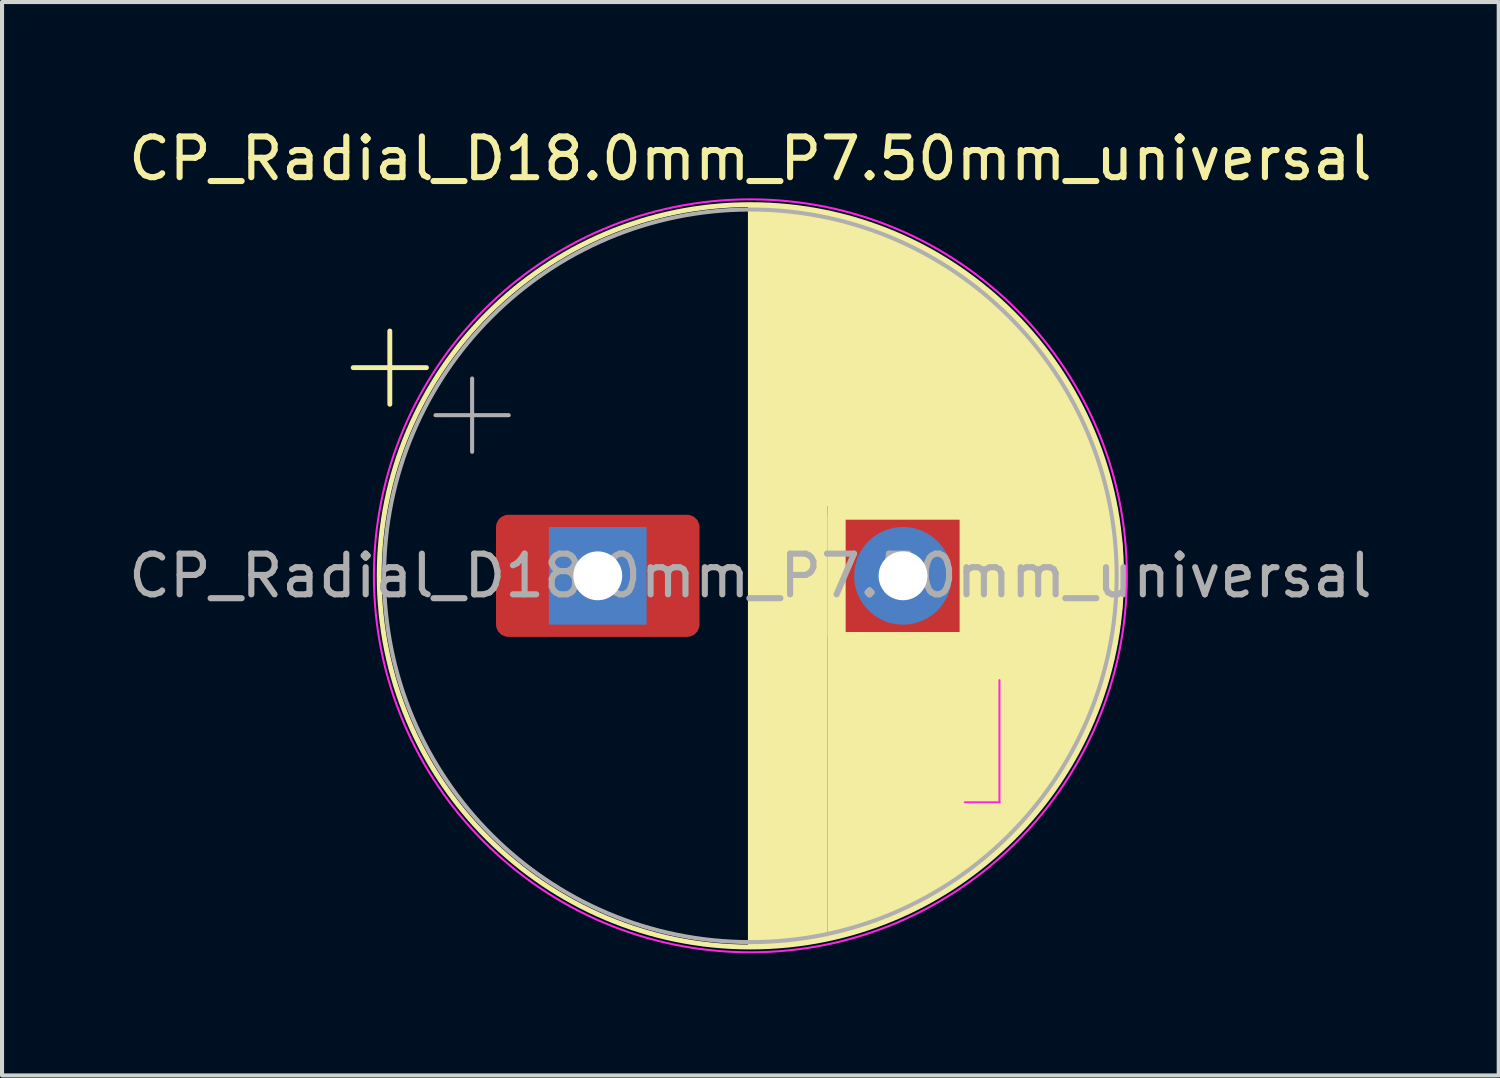
<source format=kicad_pcb>
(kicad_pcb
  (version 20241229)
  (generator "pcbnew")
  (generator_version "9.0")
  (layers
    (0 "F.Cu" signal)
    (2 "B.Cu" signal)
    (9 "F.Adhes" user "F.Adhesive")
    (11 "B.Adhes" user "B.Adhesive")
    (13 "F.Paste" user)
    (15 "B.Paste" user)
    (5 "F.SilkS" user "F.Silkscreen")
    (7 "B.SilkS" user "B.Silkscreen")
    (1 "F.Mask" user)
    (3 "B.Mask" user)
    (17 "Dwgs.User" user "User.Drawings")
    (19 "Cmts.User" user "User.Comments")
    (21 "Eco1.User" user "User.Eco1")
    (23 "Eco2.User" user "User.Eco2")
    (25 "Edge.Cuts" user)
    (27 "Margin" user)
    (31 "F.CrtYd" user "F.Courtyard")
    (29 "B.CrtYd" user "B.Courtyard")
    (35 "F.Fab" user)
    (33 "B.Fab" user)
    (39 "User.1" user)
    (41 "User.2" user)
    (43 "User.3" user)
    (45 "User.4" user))
  (footprint "CP_Radial_D18.0mm_P7.50mm_universal"
    (layer "F.Cu")
    (at 11.637 11.098)
    (property "Reference" "CP_Radial_D18.0mm_P7.50mm_universal" (at 3.75 -10.25 0) (layer "F.SilkS") (effects (font (size 1 1) (thickness 0.15))))
    (attr through_hole)
    (fp_line (start -6.009 -5.115) (end -4.209 -5.115) (stroke (width 0.12) (type solid)) (layer "F.SilkS"))
    (fp_line (start -5.109 -6.015) (end -5.109 -4.215) (stroke (width 0.12) (type solid)) (layer "F.SilkS"))
    (fp_line (start 3.75 -9.081) (end 3.75 9.081) (stroke (width 0.12) (type solid)) (layer "F.SilkS"))
    (fp_line (start 3.79 -9.08) (end 3.79 9.08) (stroke (width 0.12) (type solid)) (layer "F.SilkS"))
    (fp_line (start 3.83 -9.08) (end 3.83 9.08) (stroke (width 0.12) (type solid)) (layer "F.SilkS"))
    (fp_line (start 3.87 -9.08) (end 3.87 9.08) (stroke (width 0.12) (type solid)) (layer "F.SilkS"))
    (fp_line (start 3.91 -9.079) (end 3.91 9.079) (stroke (width 0.12) (type solid)) (layer "F.SilkS"))
    (fp_line (start 3.95 -9.078) (end 3.95 9.078) (stroke (width 0.12) (type solid)) (layer "F.SilkS"))
    (fp_line (start 3.99 -9.077) (end 3.99 9.077) (stroke (width 0.12) (type solid)) (layer "F.SilkS"))
    (fp_line (start 4.03 -9.076) (end 4.03 9.076) (stroke (width 0.12) (type solid)) (layer "F.SilkS"))
    (fp_line (start 4.07 -9.075) (end 4.07 9.075) (stroke (width 0.12) (type solid)) (layer "F.SilkS"))
    (fp_line (start 4.11 -9.073) (end 4.11 9.073) (stroke (width 0.12) (type solid)) (layer "F.SilkS"))
    (fp_line (start 4.15 -9.072) (end 4.15 9.072) (stroke (width 0.12) (type solid)) (layer "F.SilkS"))
    (fp_line (start 4.19 -9.07) (end 4.19 9.07) (stroke (width 0.12) (type solid)) (layer "F.SilkS"))
    (fp_line (start 4.23 -9.068) (end 4.23 9.068) (stroke (width 0.12) (type solid)) (layer "F.SilkS"))
    (fp_line (start 4.27 -9.066) (end 4.27 9.066) (stroke (width 0.12) (type solid)) (layer "F.SilkS"))
    (fp_line (start 4.31 -9.063) (end 4.31 9.063) (stroke (width 0.12) (type solid)) (layer "F.SilkS"))
    (fp_line (start 4.35 -9.061) (end 4.35 9.061) (stroke (width 0.12) (type solid)) (layer "F.SilkS"))
    (fp_line (start 4.39 -9.058) (end 4.39 9.058) (stroke (width 0.12) (type solid)) (layer "F.SilkS"))
    (fp_line (start 4.43 -9.055) (end 4.43 9.055) (stroke (width 0.12) (type solid)) (layer "F.SilkS"))
    (fp_line (start 4.471 -9.052) (end 4.471 9.052) (stroke (width 0.12) (type solid)) (layer "F.SilkS"))
    (fp_line (start 4.511 -9.049) (end 4.511 9.049) (stroke (width 0.12) (type solid)) (layer "F.SilkS"))
    (fp_line (start 4.551 -9.045) (end 4.551 9.045) (stroke (width 0.12) (type solid)) (layer "F.SilkS"))
    (fp_line (start 4.591 -9.042) (end 4.591 9.042) (stroke (width 0.12) (type solid)) (layer "F.SilkS"))
    (fp_line (start 4.631 -9.038) (end 4.631 9.038) (stroke (width 0.12) (type solid)) (layer "F.SilkS"))
    (fp_line (start 4.671 -9.034) (end 4.671 9.034) (stroke (width 0.12) (type solid)) (layer "F.SilkS"))
    (fp_line (start 4.711 -9.03) (end 4.711 9.03) (stroke (width 0.12) (type solid)) (layer "F.SilkS"))
    (fp_line (start 4.751 -9.026) (end 4.751 9.026) (stroke (width 0.12) (type solid)) (layer "F.SilkS"))
    (fp_line (start 4.791 -9.021) (end 4.791 9.021) (stroke (width 0.12) (type solid)) (layer "F.SilkS"))
    (fp_line (start 4.831 -9.016) (end 4.831 9.016) (stroke (width 0.12) (type solid)) (layer "F.SilkS"))
    (fp_line (start 4.871 -9.011) (end 4.871 9.011) (stroke (width 0.12) (type solid)) (layer "F.SilkS"))
    (fp_line (start 4.911 -9.006) (end 4.911 9.006) (stroke (width 0.12) (type solid)) (layer "F.SilkS"))
    (fp_line (start 4.951 -9.001) (end 4.951 9.001) (stroke (width 0.12) (type solid)) (layer "F.SilkS"))
    (fp_line (start 4.991 -8.996) (end 4.991 8.996) (stroke (width 0.12) (type solid)) (layer "F.SilkS"))
    (fp_line (start 5.031 -8.99) (end 5.031 8.99) (stroke (width 0.12) (type solid)) (layer "F.SilkS"))
    (fp_line (start 5.071 -8.984) (end 5.071 8.984) (stroke (width 0.12) (type solid)) (layer "F.SilkS"))
    (fp_line (start 5.111 -8.979) (end 5.111 8.979) (stroke (width 0.12) (type solid)) (layer "F.SilkS"))
    (fp_line (start 5.151 -8.972) (end 5.151 8.972) (stroke (width 0.12) (type solid)) (layer "F.SilkS"))
    (fp_line (start 5.191 -8.966) (end 5.191 8.966) (stroke (width 0.12) (type solid)) (layer "F.SilkS"))
    (fp_line (start 5.231 -8.96) (end 5.231 8.96) (stroke (width 0.12) (type solid)) (layer "F.SilkS"))
    (fp_line (start 5.271 -8.953) (end 5.271 8.953) (stroke (width 0.12) (type solid)) (layer "F.SilkS"))
    (fp_line (start 5.311 -8.946) (end 5.311 8.946) (stroke (width 0.12) (type solid)) (layer "F.SilkS"))
    (fp_line (start 5.351 -8.939) (end 5.351 8.939) (stroke (width 0.12) (type solid)) (layer "F.SilkS"))
    (fp_line (start 5.391 -8.932) (end 5.391 8.932) (stroke (width 0.12) (type solid)) (layer "F.SilkS"))
    (fp_line (start 5.431 -8.924) (end 5.431 8.924) (stroke (width 0.12) (type solid)) (layer "F.SilkS"))
    (fp_line (start 5.471 -8.917) (end 5.471 8.917) (stroke (width 0.12) (type solid)) (layer "F.SilkS"))
    (fp_line (start 5.511 -8.909) (end 5.511 -1.587) (stroke (width 0.12) (type solid)) (layer "F.SilkS"))
    (fp_line (start 5.551 -8.901) (end 5.551 8.901) (stroke (width 0.12) (type solid)) (layer "F.SilkS"))
    (fp_line (start 5.591 -8.893) (end 5.591 8.893) (stroke (width 0.12) (type solid)) (layer "F.SilkS"))
    (fp_line (start 5.631 -8.885) (end 5.631 -1.778) (stroke (width 0.12) (type solid)) (layer "F.SilkS"))
    (fp_line (start 5.671 -8.876) (end 5.671 -1.778) (stroke (width 0.12) (type solid)) (layer "F.SilkS"))
    (fp_line (start 5.711 -8.867) (end 5.711 8.867) (stroke (width 0.12) (type solid)) (layer "F.SilkS"))
    (fp_line (start 5.751 -8.858) (end 5.751 8.858) (stroke (width 0.12) (type solid)) (layer "F.SilkS"))
    (fp_line (start 5.791 -8.849) (end 5.791 8.849) (stroke (width 0.12) (type solid)) (layer "F.SilkS"))
    (fp_line (start 5.831 -8.84) (end 5.831 8.84) (stroke (width 0.12) (type solid)) (layer "F.SilkS"))
    (fp_line (start 5.871 -8.831) (end 5.871 8.831) (stroke (width 0.12) (type solid)) (layer "F.SilkS"))
    (fp_line (start 5.911 -8.821) (end 5.911 8.821) (stroke (width 0.12) (type solid)) (layer "F.SilkS"))
    (fp_line (start 5.951 -8.811) (end 5.951 8.811) (stroke (width 0.12) (type solid)) (layer "F.SilkS"))
    (fp_line (start 5.991 -8.801) (end 5.991 8.801) (stroke (width 0.12) (type solid)) (layer "F.SilkS"))
    (fp_line (start 6.031 -8.791) (end 6.031 8.791) (stroke (width 0.12) (type solid)) (layer "F.SilkS"))
    (fp_line (start 6.071 -8.78) (end 6.071 -1.44) (stroke (width 0.12) (type solid)) (layer "F.SilkS"))
    (fp_line (start 6.071 1.44) (end 6.071 8.78) (stroke (width 0.12) (type solid)) (layer "F.SilkS"))
    (fp_line (start 6.111 -8.77) (end 6.111 -1.44) (stroke (width 0.12) (type solid)) (layer "F.SilkS"))
    (fp_line (start 6.111 1.44) (end 6.111 8.77) (stroke (width 0.12) (type solid)) (layer "F.SilkS"))
    (fp_line (start 6.151 -8.759) (end 6.151 -1.44) (stroke (width 0.12) (type solid)) (layer "F.SilkS"))
    (fp_line (start 6.151 1.44) (end 6.151 8.759) (stroke (width 0.12) (type solid)) (layer "F.SilkS"))
    (fp_line (start 6.191 -8.748) (end 6.191 -1.44) (stroke (width 0.12) (type solid)) (layer "F.SilkS"))
    (fp_line (start 6.191 1.44) (end 6.191 8.748) (stroke (width 0.12) (type solid)) (layer "F.SilkS"))
    (fp_line (start 6.231 -8.737) (end 6.231 -1.44) (stroke (width 0.12) (type solid)) (layer "F.SilkS"))
    (fp_line (start 6.231 1.44) (end 6.231 8.737) (stroke (width 0.12) (type solid)) (layer "F.SilkS"))
    (fp_line (start 6.271 -8.725) (end 6.271 -1.44) (stroke (width 0.12) (type solid)) (layer "F.SilkS"))
    (fp_line (start 6.271 1.44) (end 6.271 8.725) (stroke (width 0.12) (type solid)) (layer "F.SilkS"))
    (fp_line (start 6.311 -8.714) (end 6.311 -1.44) (stroke (width 0.12) (type solid)) (layer "F.SilkS"))
    (fp_line (start 6.311 1.44) (end 6.311 8.714) (stroke (width 0.12) (type solid)) (layer "F.SilkS"))
    (fp_line (start 6.351 -8.702) (end 6.351 -1.44) (stroke (width 0.12) (type solid)) (layer "F.SilkS"))
    (fp_line (start 6.351 1.44) (end 6.351 8.702) (stroke (width 0.12) (type solid)) (layer "F.SilkS"))
    (fp_line (start 6.391 -8.69) (end 6.391 -1.44) (stroke (width 0.12) (type solid)) (layer "F.SilkS"))
    (fp_line (start 6.391 1.44) (end 6.391 8.69) (stroke (width 0.12) (type solid)) (layer "F.SilkS"))
    (fp_line (start 6.431 -8.678) (end 6.431 -1.44) (stroke (width 0.12) (type solid)) (layer "F.SilkS"))
    (fp_line (start 6.431 1.44) (end 6.431 8.678) (stroke (width 0.12) (type solid)) (layer "F.SilkS"))
    (fp_line (start 6.471 -8.665) (end 6.471 -1.44) (stroke (width 0.12) (type solid)) (layer "F.SilkS"))
    (fp_line (start 6.471 1.44) (end 6.471 8.665) (stroke (width 0.12) (type solid)) (layer "F.SilkS"))
    (fp_line (start 6.511 -8.653) (end 6.511 -1.44) (stroke (width 0.12) (type solid)) (layer "F.SilkS"))
    (fp_line (start 6.511 1.44) (end 6.511 8.653) (stroke (width 0.12) (type solid)) (layer "F.SilkS"))
    (fp_line (start 6.551 -8.64) (end 6.551 -1.44) (stroke (width 0.12) (type solid)) (layer "F.SilkS"))
    (fp_line (start 6.551 1.44) (end 6.551 8.64) (stroke (width 0.12) (type solid)) (layer "F.SilkS"))
    (fp_line (start 6.591 -8.627) (end 6.591 -1.44) (stroke (width 0.12) (type solid)) (layer "F.SilkS"))
    (fp_line (start 6.591 1.44) (end 6.591 8.627) (stroke (width 0.12) (type solid)) (layer "F.SilkS"))
    (fp_line (start 6.631 -8.614) (end 6.631 -1.44) (stroke (width 0.12) (type solid)) (layer "F.SilkS"))
    (fp_line (start 6.631 1.44) (end 6.631 8.614) (stroke (width 0.12) (type solid)) (layer "F.SilkS"))
    (fp_line (start 6.671 -8.6) (end 6.671 -1.44) (stroke (width 0.12) (type solid)) (layer "F.SilkS"))
    (fp_line (start 6.671 1.44) (end 6.671 8.6) (stroke (width 0.12) (type solid)) (layer "F.SilkS"))
    (fp_line (start 6.711 -8.587) (end 6.711 -1.44) (stroke (width 0.12) (type solid)) (layer "F.SilkS"))
    (fp_line (start 6.711 1.44) (end 6.711 8.587) (stroke (width 0.12) (type solid)) (layer "F.SilkS"))
    (fp_line (start 6.751 -8.573) (end 6.751 -1.44) (stroke (width 0.12) (type solid)) (layer "F.SilkS"))
    (fp_line (start 6.751 1.44) (end 6.751 8.573) (stroke (width 0.12) (type solid)) (layer "F.SilkS"))
    (fp_line (start 6.791 -8.559) (end 6.791 -1.44) (stroke (width 0.12) (type solid)) (layer "F.SilkS"))
    (fp_line (start 6.791 1.44) (end 6.791 8.559) (stroke (width 0.12) (type solid)) (layer "F.SilkS"))
    (fp_line (start 6.831 -8.545) (end 6.831 -1.44) (stroke (width 0.12) (type solid)) (layer "F.SilkS"))
    (fp_line (start 6.831 1.44) (end 6.831 8.545) (stroke (width 0.12) (type solid)) (layer "F.SilkS"))
    (fp_line (start 6.871 -8.53) (end 6.871 -1.44) (stroke (width 0.12) (type solid)) (layer "F.SilkS"))
    (fp_line (start 6.871 1.44) (end 6.871 8.53) (stroke (width 0.12) (type solid)) (layer "F.SilkS"))
    (fp_line (start 6.911 -8.516) (end 6.911 -1.44) (stroke (width 0.12) (type solid)) (layer "F.SilkS"))
    (fp_line (start 6.911 1.44) (end 6.911 8.516) (stroke (width 0.12) (type solid)) (layer "F.SilkS"))
    (fp_line (start 6.951 -8.501) (end 6.951 -1.44) (stroke (width 0.12) (type solid)) (layer "F.SilkS"))
    (fp_line (start 6.951 1.44) (end 6.951 8.501) (stroke (width 0.12) (type solid)) (layer "F.SilkS"))
    (fp_line (start 6.991 -8.486) (end 6.991 -1.44) (stroke (width 0.12) (type solid)) (layer "F.SilkS"))
    (fp_line (start 6.991 1.44) (end 6.991 8.486) (stroke (width 0.12) (type solid)) (layer "F.SilkS"))
    (fp_line (start 7.031 -8.47) (end 7.031 -1.44) (stroke (width 0.12) (type solid)) (layer "F.SilkS"))
    (fp_line (start 7.031 1.44) (end 7.031 8.47) (stroke (width 0.12) (type solid)) (layer "F.SilkS"))
    (fp_line (start 7.071 -8.455) (end 7.071 -1.44) (stroke (width 0.12) (type solid)) (layer "F.SilkS"))
    (fp_line (start 7.071 1.44) (end 7.071 8.455) (stroke (width 0.12) (type solid)) (layer "F.SilkS"))
    (fp_line (start 7.111 -8.439) (end 7.111 -1.44) (stroke (width 0.12) (type solid)) (layer "F.SilkS"))
    (fp_line (start 7.111 1.44) (end 7.111 8.439) (stroke (width 0.12) (type solid)) (layer "F.SilkS"))
    (fp_line (start 7.151 -8.423) (end 7.151 -1.44) (stroke (width 0.12) (type solid)) (layer "F.SilkS"))
    (fp_line (start 7.151 1.44) (end 7.151 8.423) (stroke (width 0.12) (type solid)) (layer "F.SilkS"))
    (fp_line (start 7.191 -8.407) (end 7.191 -1.44) (stroke (width 0.12) (type solid)) (layer "F.SilkS"))
    (fp_line (start 7.191 1.44) (end 7.191 8.407) (stroke (width 0.12) (type solid)) (layer "F.SilkS"))
    (fp_line (start 7.231 -8.39) (end 7.231 -1.44) (stroke (width 0.12) (type solid)) (layer "F.SilkS"))
    (fp_line (start 7.231 1.44) (end 7.231 8.39) (stroke (width 0.12) (type solid)) (layer "F.SilkS"))
    (fp_line (start 7.271 -8.374) (end 7.271 -1.44) (stroke (width 0.12) (type solid)) (layer "F.SilkS"))
    (fp_line (start 7.271 1.44) (end 7.271 8.374) (stroke (width 0.12) (type solid)) (layer "F.SilkS"))
    (fp_line (start 7.311 -8.357) (end 7.311 -1.44) (stroke (width 0.12) (type solid)) (layer "F.SilkS"))
    (fp_line (start 7.311 1.44) (end 7.311 8.357) (stroke (width 0.12) (type solid)) (layer "F.SilkS"))
    (fp_line (start 7.351 -8.34) (end 7.351 -1.44) (stroke (width 0.12) (type solid)) (layer "F.SilkS"))
    (fp_line (start 7.351 1.44) (end 7.351 8.34) (stroke (width 0.12) (type solid)) (layer "F.SilkS"))
    (fp_line (start 7.391 -8.323) (end 7.391 -1.44) (stroke (width 0.12) (type solid)) (layer "F.SilkS"))
    (fp_line (start 7.391 1.44) (end 7.391 8.323) (stroke (width 0.12) (type solid)) (layer "F.SilkS"))
    (fp_line (start 7.431 -8.305) (end 7.431 -1.44) (stroke (width 0.12) (type solid)) (layer "F.SilkS"))
    (fp_line (start 7.431 1.44) (end 7.431 8.305) (stroke (width 0.12) (type solid)) (layer "F.SilkS"))
    (fp_line (start 7.471 -8.287) (end 7.471 -1.44) (stroke (width 0.12) (type solid)) (layer "F.SilkS"))
    (fp_line (start 7.471 1.44) (end 7.471 8.287) (stroke (width 0.12) (type solid)) (layer "F.SilkS"))
    (fp_line (start 7.511 -8.269) (end 7.511 -1.44) (stroke (width 0.12) (type solid)) (layer "F.SilkS"))
    (fp_line (start 7.511 1.44) (end 7.511 8.269) (stroke (width 0.12) (type solid)) (layer "F.SilkS"))
    (fp_line (start 7.551 -8.251) (end 7.551 -1.44) (stroke (width 0.12) (type solid)) (layer "F.SilkS"))
    (fp_line (start 7.551 1.44) (end 7.551 8.251) (stroke (width 0.12) (type solid)) (layer "F.SilkS"))
    (fp_line (start 7.591 -8.233) (end 7.591 -1.44) (stroke (width 0.12) (type solid)) (layer "F.SilkS"))
    (fp_line (start 7.591 1.44) (end 7.591 8.233) (stroke (width 0.12) (type solid)) (layer "F.SilkS"))
    (fp_line (start 7.631 -8.214) (end 7.631 -1.44) (stroke (width 0.12) (type solid)) (layer "F.SilkS"))
    (fp_line (start 7.631 1.44) (end 7.631 8.214) (stroke (width 0.12) (type solid)) (layer "F.SilkS"))
    (fp_line (start 7.671 -8.195) (end 7.671 -1.44) (stroke (width 0.12) (type solid)) (layer "F.SilkS"))
    (fp_line (start 7.671 1.44) (end 7.671 8.195) (stroke (width 0.12) (type solid)) (layer "F.SilkS"))
    (fp_line (start 7.711 -8.176) (end 7.711 -1.44) (stroke (width 0.12) (type solid)) (layer "F.SilkS"))
    (fp_line (start 7.711 1.44) (end 7.711 8.176) (stroke (width 0.12) (type solid)) (layer "F.SilkS"))
    (fp_line (start 7.751 -8.156) (end 7.751 -1.44) (stroke (width 0.12) (type solid)) (layer "F.SilkS"))
    (fp_line (start 7.751 1.44) (end 7.751 8.156) (stroke (width 0.12) (type solid)) (layer "F.SilkS"))
    (fp_line (start 7.791 -8.137) (end 7.791 -1.44) (stroke (width 0.12) (type solid)) (layer "F.SilkS"))
    (fp_line (start 7.791 1.44) (end 7.791 8.137) (stroke (width 0.12) (type solid)) (layer "F.SilkS"))
    (fp_line (start 7.831 -8.117) (end 7.831 -1.44) (stroke (width 0.12) (type solid)) (layer "F.SilkS"))
    (fp_line (start 7.831 1.44) (end 7.831 8.117) (stroke (width 0.12) (type solid)) (layer "F.SilkS"))
    (fp_line (start 7.871 -8.097) (end 7.871 -1.44) (stroke (width 0.12) (type solid)) (layer "F.SilkS"))
    (fp_line (start 7.871 1.44) (end 7.871 8.097) (stroke (width 0.12) (type solid)) (layer "F.SilkS"))
    (fp_line (start 7.911 -8.076) (end 7.911 -1.44) (stroke (width 0.12) (type solid)) (layer "F.SilkS"))
    (fp_line (start 7.911 1.44) (end 7.911 8.076) (stroke (width 0.12) (type solid)) (layer "F.SilkS"))
    (fp_line (start 7.951 -8.056) (end 7.951 -1.44) (stroke (width 0.12) (type solid)) (layer "F.SilkS"))
    (fp_line (start 7.951 1.44) (end 7.951 8.056) (stroke (width 0.12) (type solid)) (layer "F.SilkS"))
    (fp_line (start 7.991 -8.035) (end 7.991 -1.44) (stroke (width 0.12) (type solid)) (layer "F.SilkS"))
    (fp_line (start 7.991 1.44) (end 7.991 8.035) (stroke (width 0.12) (type solid)) (layer "F.SilkS"))
    (fp_line (start 8.031 -8.014) (end 8.031 -1.44) (stroke (width 0.12) (type solid)) (layer "F.SilkS"))
    (fp_line (start 8.031 1.44) (end 8.031 8.014) (stroke (width 0.12) (type solid)) (layer "F.SilkS"))
    (fp_line (start 8.071 -7.992) (end 8.071 -1.44) (stroke (width 0.12) (type solid)) (layer "F.SilkS"))
    (fp_line (start 8.071 1.44) (end 8.071 7.992) (stroke (width 0.12) (type solid)) (layer "F.SilkS"))
    (fp_line (start 8.111 -7.971) (end 8.111 -1.44) (stroke (width 0.12) (type solid)) (layer "F.SilkS"))
    (fp_line (start 8.111 1.44) (end 8.111 7.971) (stroke (width 0.12) (type solid)) (layer "F.SilkS"))
    (fp_line (start 8.151 -7.949) (end 8.151 -1.44) (stroke (width 0.12) (type solid)) (layer "F.SilkS"))
    (fp_line (start 8.151 1.44) (end 8.151 7.949) (stroke (width 0.12) (type solid)) (layer "F.SilkS"))
    (fp_line (start 8.191 -7.927) (end 8.191 -1.44) (stroke (width 0.12) (type solid)) (layer "F.SilkS"))
    (fp_line (start 8.191 1.44) (end 8.191 7.927) (stroke (width 0.12) (type solid)) (layer "F.SilkS"))
    (fp_line (start 8.231 -7.904) (end 8.231 -1.44) (stroke (width 0.12) (type solid)) (layer "F.SilkS"))
    (fp_line (start 8.231 1.44) (end 8.231 7.904) (stroke (width 0.12) (type solid)) (layer "F.SilkS"))
    (fp_line (start 8.271 -7.882) (end 8.271 -1.44) (stroke (width 0.12) (type solid)) (layer "F.SilkS"))
    (fp_line (start 8.271 1.44) (end 8.271 7.882) (stroke (width 0.12) (type solid)) (layer "F.SilkS"))
    (fp_line (start 8.311 -7.859) (end 8.311 -1.44) (stroke (width 0.12) (type solid)) (layer "F.SilkS"))
    (fp_line (start 8.311 1.44) (end 8.311 7.859) (stroke (width 0.12) (type solid)) (layer "F.SilkS"))
    (fp_line (start 8.351 -7.835) (end 8.351 -1.44) (stroke (width 0.12) (type solid)) (layer "F.SilkS"))
    (fp_line (start 8.351 1.44) (end 8.351 7.835) (stroke (width 0.12) (type solid)) (layer "F.SilkS"))
    (fp_line (start 8.391 -7.812) (end 8.391 -1.44) (stroke (width 0.12) (type solid)) (layer "F.SilkS"))
    (fp_line (start 8.391 1.44) (end 8.391 7.812) (stroke (width 0.12) (type solid)) (layer "F.SilkS"))
    (fp_line (start 8.431 -7.788) (end 8.431 -1.44) (stroke (width 0.12) (type solid)) (layer "F.SilkS"))
    (fp_line (start 8.431 1.44) (end 8.431 7.788) (stroke (width 0.12) (type solid)) (layer "F.SilkS"))
    (fp_line (start 8.471 -7.764) (end 8.471 -1.44) (stroke (width 0.12) (type solid)) (layer "F.SilkS"))
    (fp_line (start 8.471 1.44) (end 8.471 7.764) (stroke (width 0.12) (type solid)) (layer "F.SilkS"))
    (fp_line (start 8.511 -7.74) (end 8.511 -1.44) (stroke (width 0.12) (type solid)) (layer "F.SilkS"))
    (fp_line (start 8.511 1.44) (end 8.511 7.74) (stroke (width 0.12) (type solid)) (layer "F.SilkS"))
    (fp_line (start 8.551 -7.715) (end 8.551 -1.44) (stroke (width 0.12) (type solid)) (layer "F.SilkS"))
    (fp_line (start 8.551 1.44) (end 8.551 7.715) (stroke (width 0.12) (type solid)) (layer "F.SilkS"))
    (fp_line (start 8.591 -7.69) (end 8.591 -1.44) (stroke (width 0.12) (type solid)) (layer "F.SilkS"))
    (fp_line (start 8.591 1.44) (end 8.591 7.69) (stroke (width 0.12) (type solid)) (layer "F.SilkS"))
    (fp_line (start 8.631 -7.665) (end 8.631 -1.44) (stroke (width 0.12) (type solid)) (layer "F.SilkS"))
    (fp_line (start 8.631 1.44) (end 8.631 7.665) (stroke (width 0.12) (type solid)) (layer "F.SilkS"))
    (fp_line (start 8.671 -7.64) (end 8.671 -1.44) (stroke (width 0.12) (type solid)) (layer "F.SilkS"))
    (fp_line (start 8.671 1.44) (end 8.671 7.64) (stroke (width 0.12) (type solid)) (layer "F.SilkS"))
    (fp_line (start 8.711 -7.614) (end 8.711 -1.44) (stroke (width 0.12) (type solid)) (layer "F.SilkS"))
    (fp_line (start 8.711 1.44) (end 8.711 7.614) (stroke (width 0.12) (type solid)) (layer "F.SilkS"))
    (fp_line (start 8.751 -7.588) (end 8.751 -1.44) (stroke (width 0.12) (type solid)) (layer "F.SilkS"))
    (fp_line (start 8.751 1.44) (end 8.751 7.588) (stroke (width 0.12) (type solid)) (layer "F.SilkS"))
    (fp_line (start 8.791 -7.561) (end 8.791 -1.44) (stroke (width 0.12) (type solid)) (layer "F.SilkS"))
    (fp_line (start 8.791 1.44) (end 8.791 7.561) (stroke (width 0.12) (type solid)) (layer "F.SilkS"))
    (fp_line (start 8.831 -7.535) (end 8.831 -1.44) (stroke (width 0.12) (type solid)) (layer "F.SilkS"))
    (fp_line (start 8.831 1.44) (end 8.831 7.535) (stroke (width 0.12) (type solid)) (layer "F.SilkS"))
    (fp_line (start 8.871 -7.508) (end 8.871 -1.44) (stroke (width 0.12) (type solid)) (layer "F.SilkS"))
    (fp_line (start 8.871 1.44) (end 8.871 7.508) (stroke (width 0.12) (type solid)) (layer "F.SilkS"))
    (fp_line (start 8.911 -7.48) (end 8.911 -1.44) (stroke (width 0.12) (type solid)) (layer "F.SilkS"))
    (fp_line (start 8.911 1.44) (end 8.911 7.48) (stroke (width 0.12) (type solid)) (layer "F.SilkS"))
    (fp_line (start 8.951 -7.453) (end 8.951 7.453) (stroke (width 0.12) (type solid)) (layer "F.SilkS"))
    (fp_line (start 8.991 -7.425) (end 8.991 7.425) (stroke (width 0.12) (type solid)) (layer "F.SilkS"))
    (fp_line (start 9.031 -7.397) (end 9.031 7.397) (stroke (width 0.12) (type solid)) (layer "F.SilkS"))
    (fp_line (start 9.071 -7.368) (end 9.071 7.368) (stroke (width 0.12) (type solid)) (layer "F.SilkS"))
    (fp_line (start 9.111 -7.339) (end 9.111 7.339) (stroke (width 0.12) (type solid)) (layer "F.SilkS"))
    (fp_line (start 9.151 -7.31) (end 9.151 7.31) (stroke (width 0.12) (type solid)) (layer "F.SilkS"))
    (fp_line (start 9.191 -7.28) (end 9.191 7.28) (stroke (width 0.12) (type solid)) (layer "F.SilkS"))
    (fp_line (start 9.231 -7.25) (end 9.231 7.25) (stroke (width 0.12) (type solid)) (layer "F.SilkS"))
    (fp_line (start 9.271 1.587) (end 9.271 7.22) (stroke (width 0.12) (type solid)) (layer "F.SilkS"))
    (fp_line (start 9.311 -7.19) (end 9.311 7.19) (stroke (width 0.12) (type solid)) (layer "F.SilkS"))
    (fp_line (start 9.351 -7.159) (end 9.351 7.159) (stroke (width 0.12) (type solid)) (layer "F.SilkS"))
    (fp_line (start 9.391 -7.127) (end 9.391 7.127) (stroke (width 0.12) (type solid)) (layer "F.SilkS"))
    (fp_line (start 9.431 -7.096) (end 9.431 7.096) (stroke (width 0.12) (type solid)) (layer "F.SilkS"))
    (fp_line (start 9.471 -7.064) (end 9.471 7.064) (stroke (width 0.12) (type solid)) (layer "F.SilkS"))
    (fp_line (start 9.511 -7.031) (end 9.511 7.031) (stroke (width 0.12) (type solid)) (layer "F.SilkS"))
    (fp_line (start 9.551 -6.999) (end 9.551 6.999) (stroke (width 0.12) (type solid)) (layer "F.SilkS"))
    (fp_line (start 9.591 -6.965) (end 9.591 6.965) (stroke (width 0.12) (type solid)) (layer "F.SilkS"))
    (fp_line (start 9.631 -6.932) (end 9.631 6.932) (stroke (width 0.12) (type solid)) (layer "F.SilkS"))
    (fp_line (start 9.671 -6.898) (end 9.671 6.898) (stroke (width 0.12) (type solid)) (layer "F.SilkS"))
    (fp_line (start 9.711 -6.864) (end 9.711 6.864) (stroke (width 0.12) (type solid)) (layer "F.SilkS"))
    (fp_line (start 9.751 -6.829) (end 9.751 6.829) (stroke (width 0.12) (type solid)) (layer "F.SilkS"))
    (fp_line (start 9.791 -6.794) (end 9.791 6.794) (stroke (width 0.12) (type solid)) (layer "F.SilkS"))
    (fp_line (start 9.831 -6.758) (end 9.831 6.758) (stroke (width 0.12) (type solid)) (layer "F.SilkS"))
    (fp_line (start 9.871 -6.722) (end 9.871 6.722) (stroke (width 0.12) (type solid)) (layer "F.SilkS"))
    (fp_line (start 9.911 -6.686) (end 9.911 6.686) (stroke (width 0.12) (type solid)) (layer "F.SilkS"))
    (fp_line (start 9.951 -6.649) (end 9.951 6.649) (stroke (width 0.12) (type solid)) (layer "F.SilkS"))
    (fp_line (start 9.991 -6.612) (end 9.991 6.612) (stroke (width 0.12) (type solid)) (layer "F.SilkS"))
    (fp_line (start 10.031 -6.574) (end 10.031 6.574) (stroke (width 0.12) (type solid)) (layer "F.SilkS"))
    (fp_line (start 10.071 -6.536) (end 10.071 6.536) (stroke (width 0.12) (type solid)) (layer "F.SilkS"))
    (fp_line (start 10.111 -6.497) (end 10.111 6.497) (stroke (width 0.12) (type solid)) (layer "F.SilkS"))
    (fp_line (start 10.151 -6.458) (end 10.151 6.458) (stroke (width 0.12) (type solid)) (layer "F.SilkS"))
    (fp_line (start 10.191 -6.418) (end 10.191 6.418) (stroke (width 0.12) (type solid)) (layer "F.SilkS"))
    (fp_line (start 10.231 -6.378) (end 10.231 6.378) (stroke (width 0.12) (type solid)) (layer "F.SilkS"))
    (fp_line (start 10.271 -6.337) (end 10.271 6.337) (stroke (width 0.12) (type solid)) (layer "F.SilkS"))
    (fp_line (start 10.311 -6.296) (end 10.311 6.296) (stroke (width 0.12) (type solid)) (layer "F.SilkS"))
    (fp_line (start 10.351 -6.254) (end 10.351 6.254) (stroke (width 0.12) (type solid)) (layer "F.SilkS"))
    (fp_line (start 10.391 -6.212) (end 10.391 6.212) (stroke (width 0.12) (type solid)) (layer "F.SilkS"))
    (fp_line (start 10.431 -6.17) (end 10.431 6.17) (stroke (width 0.12) (type solid)) (layer "F.SilkS"))
    (fp_line (start 10.471 -6.126) (end 10.471 6.126) (stroke (width 0.12) (type solid)) (layer "F.SilkS"))
    (fp_line (start 10.511 -6.082) (end 10.511 6.082) (stroke (width 0.12) (type solid)) (layer "F.SilkS"))
    (fp_line (start 10.551 -6.038) (end 10.551 6.038) (stroke (width 0.12) (type solid)) (layer "F.SilkS"))
    (fp_line (start 10.591 -5.993) (end 10.591 5.993) (stroke (width 0.12) (type solid)) (layer "F.SilkS"))
    (fp_line (start 10.631 -5.947) (end 10.631 5.947) (stroke (width 0.12) (type solid)) (layer "F.SilkS"))
    (fp_line (start 10.671 -5.901) (end 10.671 5.901) (stroke (width 0.12) (type solid)) (layer "F.SilkS"))
    (fp_line (start 10.711 -5.854) (end 10.711 5.854) (stroke (width 0.12) (type solid)) (layer "F.SilkS"))
    (fp_line (start 10.751 -5.806) (end 10.751 5.806) (stroke (width 0.12) (type solid)) (layer "F.SilkS"))
    (fp_line (start 10.791 -5.758) (end 10.791 5.758) (stroke (width 0.12) (type solid)) (layer "F.SilkS"))
    (fp_line (start 10.831 -5.709) (end 10.831 5.709) (stroke (width 0.12) (type solid)) (layer "F.SilkS"))
    (fp_line (start 10.871 -5.66) (end 10.871 5.66) (stroke (width 0.12) (type solid)) (layer "F.SilkS"))
    (fp_line (start 10.911 -5.609) (end 10.911 5.609) (stroke (width 0.12) (type solid)) (layer "F.SilkS"))
    (fp_line (start 10.951 -5.558) (end 10.951 5.558) (stroke (width 0.12) (type solid)) (layer "F.SilkS"))
    (fp_line (start 10.991 -5.506) (end 10.991 5.506) (stroke (width 0.12) (type solid)) (layer "F.SilkS"))
    (fp_line (start 11.031 -5.454) (end 11.031 5.454) (stroke (width 0.12) (type solid)) (layer "F.SilkS"))
    (fp_line (start 11.071 -5.4) (end 11.071 5.4) (stroke (width 0.12) (type solid)) (layer "F.SilkS"))
    (fp_line (start 11.111 -5.346) (end 11.111 5.346) (stroke (width 0.12) (type solid)) (layer "F.SilkS"))
    (fp_line (start 11.151 -5.291) (end 11.151 5.291) (stroke (width 0.12) (type solid)) (layer "F.SilkS"))
    (fp_line (start 11.191 -5.235) (end 11.191 5.235) (stroke (width 0.12) (type solid)) (layer "F.SilkS"))
    (fp_line (start 11.231 -5.178) (end 11.231 5.178) (stroke (width 0.12) (type solid)) (layer "F.SilkS"))
    (fp_line (start 11.271 -5.12) (end 11.271 5.12) (stroke (width 0.12) (type solid)) (layer "F.SilkS"))
    (fp_line (start 11.311 -5.062) (end 11.311 5.062) (stroke (width 0.12) (type solid)) (layer "F.SilkS"))
    (fp_line (start 11.351 -5.002) (end 11.351 5.002) (stroke (width 0.12) (type solid)) (layer "F.SilkS"))
    (fp_line (start 11.391 -4.941) (end 11.391 4.941) (stroke (width 0.12) (type solid)) (layer "F.SilkS"))
    (fp_line (start 11.431 -4.879) (end 11.431 4.879) (stroke (width 0.12) (type solid)) (layer "F.SilkS"))
    (fp_line (start 11.471 -4.816) (end 11.471 4.816) (stroke (width 0.12) (type solid)) (layer "F.SilkS"))
    (fp_line (start 11.511 -4.752) (end 11.511 4.752) (stroke (width 0.12) (type solid)) (layer "F.SilkS"))
    (fp_line (start 11.551 -4.686) (end 11.551 4.686) (stroke (width 0.12) (type solid)) (layer "F.SilkS"))
    (fp_line (start 11.591 -4.62) (end 11.591 4.62) (stroke (width 0.12) (type solid)) (layer "F.SilkS"))
    (fp_line (start 11.631 -4.552) (end 11.631 4.552) (stroke (width 0.12) (type solid)) (layer "F.SilkS"))
    (fp_line (start 11.671 -4.482) (end 11.671 4.482) (stroke (width 0.12) (type solid)) (layer "F.SilkS"))
    (fp_line (start 11.711 -4.412) (end 11.711 4.412) (stroke (width 0.12) (type solid)) (layer "F.SilkS"))
    (fp_line (start 11.751 -4.339) (end 11.751 4.339) (stroke (width 0.12) (type solid)) (layer "F.SilkS"))
    (fp_line (start 11.791 -4.265) (end 11.791 4.265) (stroke (width 0.12) (type solid)) (layer "F.SilkS"))
    (fp_line (start 11.831 -4.19) (end 11.831 4.19) (stroke (width 0.12) (type solid)) (layer "F.SilkS"))
    (fp_line (start 11.871 -4.113) (end 11.871 4.113) (stroke (width 0.12) (type solid)) (layer "F.SilkS"))
    (fp_line (start 11.911 -4.033) (end 11.911 4.033) (stroke (width 0.12) (type solid)) (layer "F.SilkS"))
    (fp_line (start 11.95 -3.952) (end 11.95 3.952) (stroke (width 0.12) (type solid)) (layer "F.SilkS"))
    (fp_line (start 11.99 -3.869) (end 11.99 3.869) (stroke (width 0.12) (type solid)) (layer "F.SilkS"))
    (fp_line (start 12.03 -3.784) (end 12.03 3.784) (stroke (width 0.12) (type solid)) (layer "F.SilkS"))
    (fp_line (start 12.07 -3.696) (end 12.07 3.696) (stroke (width 0.12) (type solid)) (layer "F.SilkS"))
    (fp_line (start 12.11 -3.605) (end 12.11 3.605) (stroke (width 0.12) (type solid)) (layer "F.SilkS"))
    (fp_line (start 12.15 -3.512) (end 12.15 3.512) (stroke (width 0.12) (type solid)) (layer "F.SilkS"))
    (fp_line (start 12.19 -3.416) (end 12.19 3.416) (stroke (width 0.12) (type solid)) (layer "F.SilkS"))
    (fp_line (start 12.23 -3.317) (end 12.23 3.317) (stroke (width 0.12) (type solid)) (layer "F.SilkS"))
    (fp_line (start 12.27 -3.214) (end 12.27 3.214) (stroke (width 0.12) (type solid)) (layer "F.SilkS"))
    (fp_line (start 12.31 -3.107) (end 12.31 3.107) (stroke (width 0.12) (type solid)) (layer "F.SilkS"))
    (fp_line (start 12.35 -2.996) (end 12.35 2.996) (stroke (width 0.12) (type solid)) (layer "F.SilkS"))
    (fp_line (start 12.39 -2.88) (end 12.39 2.88) (stroke (width 0.12) (type solid)) (layer "F.SilkS"))
    (fp_line (start 12.43 -2.759) (end 12.43 2.759) (stroke (width 0.12) (type solid)) (layer "F.SilkS"))
    (fp_line (start 12.47 -2.632) (end 12.47 2.632) (stroke (width 0.12) (type solid)) (layer "F.SilkS"))
    (fp_line (start 12.51 -2.498) (end 12.51 2.498) (stroke (width 0.12) (type solid)) (layer "F.SilkS"))
    (fp_line (start 12.55 -2.355) (end 12.55 2.355) (stroke (width 0.12) (type solid)) (layer "F.SilkS"))
    (fp_line (start 12.59 -2.203) (end 12.59 2.203) (stroke (width 0.12) (type solid)) (layer "F.SilkS"))
    (fp_line (start 12.63 -2.039) (end 12.63 2.039) (stroke (width 0.12) (type solid)) (layer "F.SilkS"))
    (fp_line (start 12.67 -1.86) (end 12.67 1.86) (stroke (width 0.12) (type solid)) (layer "F.SilkS"))
    (fp_line (start 12.71 -1.661) (end 12.71 1.661) (stroke (width 0.12) (type solid)) (layer "F.SilkS"))
    (fp_line (start 12.75 -1.435) (end 12.75 1.435) (stroke (width 0.12) (type solid)) (layer "F.SilkS"))
    (fp_line (start 12.79 -1.166) (end 12.79 1.166) (stroke (width 0.12) (type solid)) (layer "F.SilkS"))
    (fp_line (start 12.83 -0.814) (end 12.83 0.814) (stroke (width 0.12) (type solid)) (layer "F.SilkS"))
    (fp_line (start 12.87 -0.04) (end 12.87 0.04) (stroke (width 0.12) (type solid)) (layer "F.SilkS"))
    (fp_circle (center 3.75 0) (end 12.87 0) (stroke (width 0.12) (type solid)) (fill no) (layer "F.SilkS"))
    (fp_line (start 9.87 2.564) (end 9.87 5.564) (stroke (width 0.05) (type solid)) (layer "F.CrtYd"))
    (fp_line (start 9.87 5.564) (end 9.02 5.564) (stroke (width 0.05) (type solid)) (layer "F.CrtYd"))
    (fp_circle (center 3.75 0) (end 13 0) (stroke (width 0.05) (type solid)) (fill no) (layer "F.CrtYd"))
    (fp_line (start -3.987 -3.947) (end -2.187 -3.947) (stroke (width 0.1) (type solid)) (layer "F.Fab"))
    (fp_line (start -3.087 -4.848) (end -3.087 -3.047) (stroke (width 0.1) (type solid)) (layer "F.Fab"))
    (fp_circle (center 3.75 0) (end 12.75 0) (stroke (width 0.1) (type solid)) (fill no) (layer "F.Fab"))
    (fp_text user "${REFERENCE}" (at 3.75 0 0) (layer "F.Fab") (effects (font (size 1 1) (thickness 0.15))))
    (pad "1" thru_hole rect (at 0 0) (size 2.4 2.4) (drill 1.2) (layers "*.Cu" "*.Mask"))
    (pad "1" smd roundrect (at 0 0) (size 5 3) (layers "F.Cu" "F.Mask" "F.Paste") (roundrect_rratio 0.1))
    (pad "2" thru_hole circle (at 7.5 0) (size 2.4 2.4) (drill 1.2) (layers "*.Cu" "*.Mask"))
    (pad "2" smd roundrect (at 7.5 0) (size 5 3) (layers "F.Cu" "F.Mask" "F.Paste") (roundrect_rratio 0.1)))
  (gr_rect
    (start -3 -3)
    (end 33.774 23.373)
    (stroke (width 0.1) (type default))
    (fill no)
    (layer "Edge.Cuts")))
</source>
